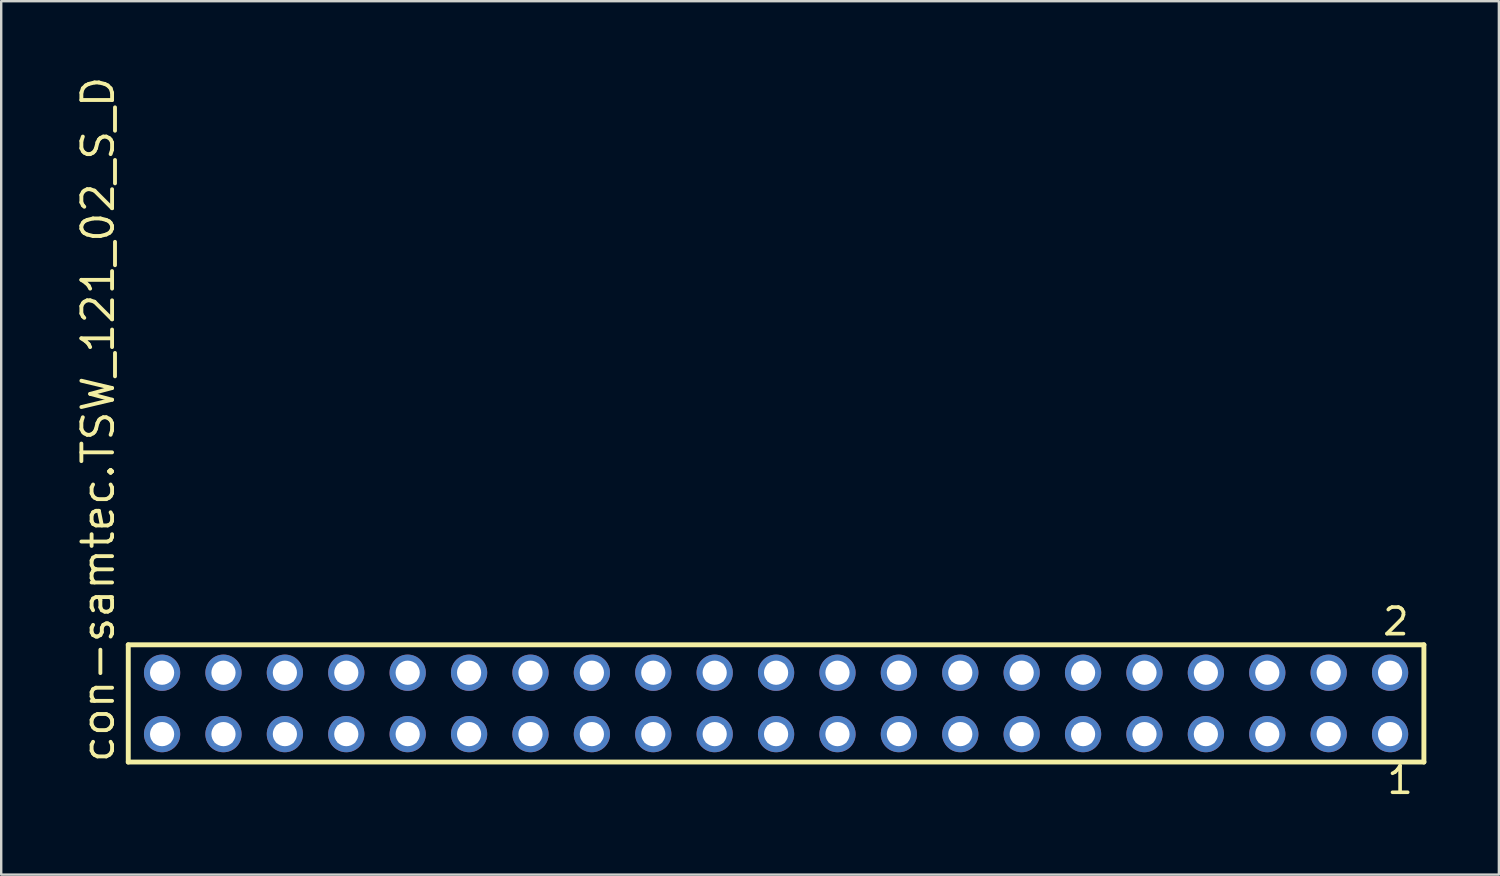
<source format=kicad_pcb>
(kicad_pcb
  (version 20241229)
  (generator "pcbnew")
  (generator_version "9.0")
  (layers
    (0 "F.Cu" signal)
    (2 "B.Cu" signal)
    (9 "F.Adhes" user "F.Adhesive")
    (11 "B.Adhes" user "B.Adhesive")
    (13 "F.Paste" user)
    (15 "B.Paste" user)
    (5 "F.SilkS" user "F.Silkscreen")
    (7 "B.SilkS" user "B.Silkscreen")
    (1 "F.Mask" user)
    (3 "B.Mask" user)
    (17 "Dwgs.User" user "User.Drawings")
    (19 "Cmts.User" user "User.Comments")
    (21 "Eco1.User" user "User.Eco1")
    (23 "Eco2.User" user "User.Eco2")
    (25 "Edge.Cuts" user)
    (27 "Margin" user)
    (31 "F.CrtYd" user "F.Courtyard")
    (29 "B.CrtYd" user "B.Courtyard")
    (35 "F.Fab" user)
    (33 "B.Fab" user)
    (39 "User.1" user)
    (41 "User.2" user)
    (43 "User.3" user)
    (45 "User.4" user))
  (footprint "con-samtec.TSW_121_02_S_D"
    (layer "F.Cu")
    (at 29.055 26.049)
    (property "Reference" "con-samtec.TSW_121_02_S_D" (at -27.305 2.54 90) (layer "F.SilkS") (effects (font (size 1.27 1.27) (thickness 0.16)) (justify left bottom)))
    (attr through_hole)
    (fp_line (start -26.799 -2.425) (end 26.799 -2.425) (stroke (width 0.203) (type default)) (layer "F.SilkS"))
    (fp_line (start -26.799 2.425) (end -26.799 -2.425) (stroke (width 0.203) (type default)) (layer "F.SilkS"))
    (fp_line (start 26.799 -2.425) (end 26.799 2.425) (stroke (width 0.203) (type default)) (layer "F.SilkS"))
    (fp_line (start 26.799 2.425) (end -26.799 2.425) (stroke (width 0.203) (type default)) (layer "F.SilkS"))
    (fp_rect (start -25.75 -0.92) (end -25.05 -1.62) (stroke (width 0.05) (type default)) (fill no) (layer "F.Fab"))
    (fp_rect (start -25.75 1.62) (end -25.05 0.92) (stroke (width 0.05) (type default)) (fill no) (layer "F.Fab"))
    (fp_rect (start -23.21 -0.92) (end -22.51 -1.62) (stroke (width 0.05) (type default)) (fill no) (layer "F.Fab"))
    (fp_rect (start -23.21 1.62) (end -22.51 0.92) (stroke (width 0.05) (type default)) (fill no) (layer "F.Fab"))
    (fp_rect (start -20.67 -0.92) (end -19.97 -1.62) (stroke (width 0.05) (type default)) (fill no) (layer "F.Fab"))
    (fp_rect (start -20.67 1.62) (end -19.97 0.92) (stroke (width 0.05) (type default)) (fill no) (layer "F.Fab"))
    (fp_rect (start -18.13 -0.92) (end -17.43 -1.62) (stroke (width 0.05) (type default)) (fill no) (layer "F.Fab"))
    (fp_rect (start -18.13 1.62) (end -17.43 0.92) (stroke (width 0.05) (type default)) (fill no) (layer "F.Fab"))
    (fp_rect (start -15.59 -0.92) (end -14.89 -1.62) (stroke (width 0.05) (type default)) (fill no) (layer "F.Fab"))
    (fp_rect (start -15.59 1.62) (end -14.89 0.92) (stroke (width 0.05) (type default)) (fill no) (layer "F.Fab"))
    (fp_rect (start -13.05 -0.92) (end -12.35 -1.62) (stroke (width 0.05) (type default)) (fill no) (layer "F.Fab"))
    (fp_rect (start -13.05 1.62) (end -12.35 0.92) (stroke (width 0.05) (type default)) (fill no) (layer "F.Fab"))
    (fp_rect (start -10.51 -0.92) (end -9.81 -1.62) (stroke (width 0.05) (type default)) (fill no) (layer "F.Fab"))
    (fp_rect (start -10.51 1.62) (end -9.81 0.92) (stroke (width 0.05) (type default)) (fill no) (layer "F.Fab"))
    (fp_rect (start -7.97 -0.92) (end -7.27 -1.62) (stroke (width 0.05) (type default)) (fill no) (layer "F.Fab"))
    (fp_rect (start -7.97 1.62) (end -7.27 0.92) (stroke (width 0.05) (type default)) (fill no) (layer "F.Fab"))
    (fp_rect (start -5.43 -0.92) (end -4.73 -1.62) (stroke (width 0.05) (type default)) (fill no) (layer "F.Fab"))
    (fp_rect (start -5.43 1.62) (end -4.73 0.92) (stroke (width 0.05) (type default)) (fill no) (layer "F.Fab"))
    (fp_rect (start -2.89 -0.92) (end -2.19 -1.62) (stroke (width 0.05) (type default)) (fill no) (layer "F.Fab"))
    (fp_rect (start -2.89 1.62) (end -2.19 0.92) (stroke (width 0.05) (type default)) (fill no) (layer "F.Fab"))
    (fp_rect (start -0.35 -0.92) (end 0.35 -1.62) (stroke (width 0.05) (type default)) (fill no) (layer "F.Fab"))
    (fp_rect (start -0.35 1.62) (end 0.35 0.92) (stroke (width 0.05) (type default)) (fill no) (layer "F.Fab"))
    (fp_rect (start 2.19 -0.92) (end 2.89 -1.62) (stroke (width 0.05) (type default)) (fill no) (layer "F.Fab"))
    (fp_rect (start 2.19 1.62) (end 2.89 0.92) (stroke (width 0.05) (type default)) (fill no) (layer "F.Fab"))
    (fp_rect (start 4.73 -0.92) (end 5.43 -1.62) (stroke (width 0.05) (type default)) (fill no) (layer "F.Fab"))
    (fp_rect (start 4.73 1.62) (end 5.43 0.92) (stroke (width 0.05) (type default)) (fill no) (layer "F.Fab"))
    (fp_rect (start 7.27 -0.92) (end 7.97 -1.62) (stroke (width 0.05) (type default)) (fill no) (layer "F.Fab"))
    (fp_rect (start 7.27 1.62) (end 7.97 0.92) (stroke (width 0.05) (type default)) (fill no) (layer "F.Fab"))
    (fp_rect (start 9.81 -0.92) (end 10.51 -1.62) (stroke (width 0.05) (type default)) (fill no) (layer "F.Fab"))
    (fp_rect (start 9.81 1.62) (end 10.51 0.92) (stroke (width 0.05) (type default)) (fill no) (layer "F.Fab"))
    (fp_rect (start 12.35 -0.92) (end 13.05 -1.62) (stroke (width 0.05) (type default)) (fill no) (layer "F.Fab"))
    (fp_rect (start 12.35 1.62) (end 13.05 0.92) (stroke (width 0.05) (type default)) (fill no) (layer "F.Fab"))
    (fp_rect (start 14.89 -0.92) (end 15.59 -1.62) (stroke (width 0.05) (type default)) (fill no) (layer "F.Fab"))
    (fp_rect (start 14.89 1.62) (end 15.59 0.92) (stroke (width 0.05) (type default)) (fill no) (layer "F.Fab"))
    (fp_rect (start 17.43 -0.92) (end 18.13 -1.62) (stroke (width 0.05) (type default)) (fill no) (layer "F.Fab"))
    (fp_rect (start 17.43 1.62) (end 18.13 0.92) (stroke (width 0.05) (type default)) (fill no) (layer "F.Fab"))
    (fp_rect (start 19.97 -0.92) (end 20.67 -1.62) (stroke (width 0.05) (type default)) (fill no) (layer "F.Fab"))
    (fp_rect (start 19.97 1.62) (end 20.67 0.92) (stroke (width 0.05) (type default)) (fill no) (layer "F.Fab"))
    (fp_rect (start 22.51 -0.92) (end 23.21 -1.62) (stroke (width 0.05) (type default)) (fill no) (layer "F.Fab"))
    (fp_rect (start 22.51 1.62) (end 23.21 0.92) (stroke (width 0.05) (type default)) (fill no) (layer "F.Fab"))
    (fp_rect (start 25.05 -0.92) (end 25.75 -1.62) (stroke (width 0.05) (type default)) (fill no) (layer "F.Fab"))
    (fp_rect (start 25.05 1.62) (end 25.75 0.92) (stroke (width 0.05) (type default)) (fill no) (layer "F.Fab"))
    (fp_text user "2" (at 25.017 -2.744 0) (layer "F.SilkS") (effects (font (size 1.1 1.1) (thickness 0.15)) (justify left bottom)))
    (fp_text user "1" (at 25.192 3.818 0) (layer "F.SilkS") (effects (font (size 1.1 1.1) (thickness 0.15)) (justify left bottom)))
    (pad "1" thru_hole circle (at 25.4 1.27 180) (size 1.5 1.5) (drill 1) (layers "*.Cu" "*.Mask"))
    (pad "2" thru_hole circle (at 25.4 -1.27 180) (size 1.5 1.5) (drill 1) (layers "*.Cu" "*.Mask"))
    (pad "3" thru_hole circle (at 22.86 1.27 180) (size 1.5 1.5) (drill 1) (layers "*.Cu" "*.Mask"))
    (pad "4" thru_hole circle (at 22.86 -1.27 180) (size 1.5 1.5) (drill 1) (layers "*.Cu" "*.Mask"))
    (pad "5" thru_hole circle (at 20.32 1.27 180) (size 1.5 1.5) (drill 1) (layers "*.Cu" "*.Mask"))
    (pad "6" thru_hole circle (at 20.32 -1.27 180) (size 1.5 1.5) (drill 1) (layers "*.Cu" "*.Mask"))
    (pad "7" thru_hole circle (at 17.78 1.27 180) (size 1.5 1.5) (drill 1) (layers "*.Cu" "*.Mask"))
    (pad "8" thru_hole circle (at 17.78 -1.27 180) (size 1.5 1.5) (drill 1) (layers "*.Cu" "*.Mask"))
    (pad "9" thru_hole circle (at 15.24 1.27 180) (size 1.5 1.5) (drill 1) (layers "*.Cu" "*.Mask"))
    (pad "10" thru_hole circle (at 15.24 -1.27 180) (size 1.5 1.5) (drill 1) (layers "*.Cu" "*.Mask"))
    (pad "11" thru_hole circle (at 12.7 1.27 180) (size 1.5 1.5) (drill 1) (layers "*.Cu" "*.Mask"))
    (pad "12" thru_hole circle (at 12.7 -1.27 180) (size 1.5 1.5) (drill 1) (layers "*.Cu" "*.Mask"))
    (pad "13" thru_hole circle (at 10.16 1.27 180) (size 1.5 1.5) (drill 1) (layers "*.Cu" "*.Mask"))
    (pad "14" thru_hole circle (at 10.16 -1.27 180) (size 1.5 1.5) (drill 1) (layers "*.Cu" "*.Mask"))
    (pad "15" thru_hole circle (at 7.62 1.27 180) (size 1.5 1.5) (drill 1) (layers "*.Cu" "*.Mask"))
    (pad "16" thru_hole circle (at 7.62 -1.27 180) (size 1.5 1.5) (drill 1) (layers "*.Cu" "*.Mask"))
    (pad "17" thru_hole circle (at 5.08 1.27 180) (size 1.5 1.5) (drill 1) (layers "*.Cu" "*.Mask"))
    (pad "18" thru_hole circle (at 5.08 -1.27 180) (size 1.5 1.5) (drill 1) (layers "*.Cu" "*.Mask"))
    (pad "19" thru_hole circle (at 2.54 1.27 180) (size 1.5 1.5) (drill 1) (layers "*.Cu" "*.Mask"))
    (pad "20" thru_hole circle (at 2.54 -1.27 180) (size 1.5 1.5) (drill 1) (layers "*.Cu" "*.Mask"))
    (pad "21" thru_hole circle (at 0 1.27 180) (size 1.5 1.5) (drill 1) (layers "*.Cu" "*.Mask"))
    (pad "22" thru_hole circle (at 0 -1.27 180) (size 1.5 1.5) (drill 1) (layers "*.Cu" "*.Mask"))
    (pad "23" thru_hole circle (at -2.54 1.27 180) (size 1.5 1.5) (drill 1) (layers "*.Cu" "*.Mask"))
    (pad "24" thru_hole circle (at -2.54 -1.27 180) (size 1.5 1.5) (drill 1) (layers "*.Cu" "*.Mask"))
    (pad "25" thru_hole circle (at -5.08 1.27 180) (size 1.5 1.5) (drill 1) (layers "*.Cu" "*.Mask"))
    (pad "26" thru_hole circle (at -5.08 -1.27 180) (size 1.5 1.5) (drill 1) (layers "*.Cu" "*.Mask"))
    (pad "27" thru_hole circle (at -7.62 1.27 180) (size 1.5 1.5) (drill 1) (layers "*.Cu" "*.Mask"))
    (pad "28" thru_hole circle (at -7.62 -1.27 180) (size 1.5 1.5) (drill 1) (layers "*.Cu" "*.Mask"))
    (pad "29" thru_hole circle (at -10.16 1.27 180) (size 1.5 1.5) (drill 1) (layers "*.Cu" "*.Mask"))
    (pad "30" thru_hole circle (at -10.16 -1.27 180) (size 1.5 1.5) (drill 1) (layers "*.Cu" "*.Mask"))
    (pad "31" thru_hole circle (at -12.7 1.27 180) (size 1.5 1.5) (drill 1) (layers "*.Cu" "*.Mask"))
    (pad "32" thru_hole circle (at -12.7 -1.27 180) (size 1.5 1.5) (drill 1) (layers "*.Cu" "*.Mask"))
    (pad "33" thru_hole circle (at -15.24 1.27 180) (size 1.5 1.5) (drill 1) (layers "*.Cu" "*.Mask"))
    (pad "34" thru_hole circle (at -15.24 -1.27 180) (size 1.5 1.5) (drill 1) (layers "*.Cu" "*.Mask"))
    (pad "35" thru_hole circle (at -17.78 1.27 180) (size 1.5 1.5) (drill 1) (layers "*.Cu" "*.Mask"))
    (pad "36" thru_hole circle (at -17.78 -1.27 180) (size 1.5 1.5) (drill 1) (layers "*.Cu" "*.Mask"))
    (pad "37" thru_hole circle (at -20.32 1.27 180) (size 1.5 1.5) (drill 1) (layers "*.Cu" "*.Mask"))
    (pad "38" thru_hole circle (at -20.32 -1.27 180) (size 1.5 1.5) (drill 1) (layers "*.Cu" "*.Mask"))
    (pad "39" thru_hole circle (at -22.86 1.27 180) (size 1.5 1.5) (drill 1) (layers "*.Cu" "*.Mask"))
    (pad "40" thru_hole circle (at -22.86 -1.27 180) (size 1.5 1.5) (drill 1) (layers "*.Cu" "*.Mask"))
    (pad "41" thru_hole circle (at -25.4 1.27 180) (size 1.5 1.5) (drill 1) (layers "*.Cu" "*.Mask"))
    (pad "42" thru_hole circle (at -25.4 -1.27 180) (size 1.5 1.5) (drill 1) (layers "*.Cu" "*.Mask")))
  (gr_rect
    (start -3 -3)
    (end 58.956 33.131)
    (stroke (width 0.1) (type default))
    (fill no)
    (layer "Edge.Cuts")))
</source>
